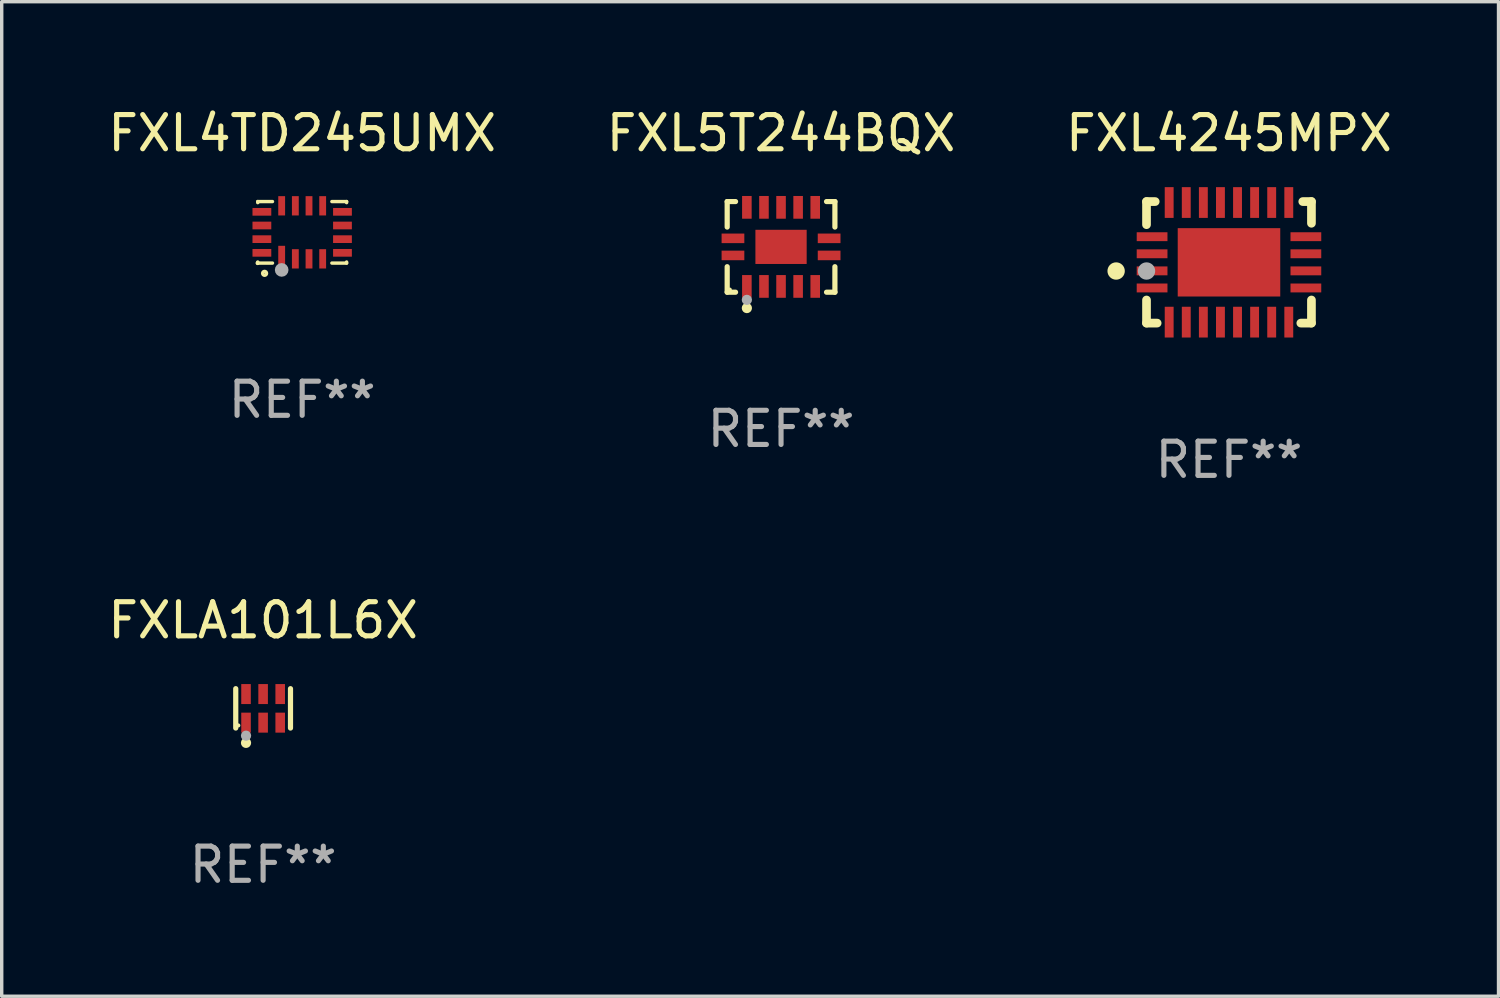
<source format=kicad_pcb>
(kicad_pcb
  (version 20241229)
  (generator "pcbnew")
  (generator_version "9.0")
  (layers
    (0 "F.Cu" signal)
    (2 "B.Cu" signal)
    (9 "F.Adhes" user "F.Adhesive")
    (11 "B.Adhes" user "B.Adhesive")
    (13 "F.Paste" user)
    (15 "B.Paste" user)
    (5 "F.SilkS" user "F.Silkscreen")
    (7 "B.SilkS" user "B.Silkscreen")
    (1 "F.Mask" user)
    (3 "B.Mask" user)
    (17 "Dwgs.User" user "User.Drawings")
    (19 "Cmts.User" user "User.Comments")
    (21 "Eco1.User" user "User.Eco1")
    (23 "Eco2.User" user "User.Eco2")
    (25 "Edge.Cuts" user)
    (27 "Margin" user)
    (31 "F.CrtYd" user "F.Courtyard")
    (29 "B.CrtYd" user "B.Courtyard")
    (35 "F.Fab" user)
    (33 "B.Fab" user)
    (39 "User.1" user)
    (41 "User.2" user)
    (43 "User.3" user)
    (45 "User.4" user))
  (footprint "FXL5T244BQX"
    (layer "F.Cu")
    (at 19.804 4.174)
    (property "Reference" "FXL5T244BQX" (at 0 -3.326 0) (layer "F.SilkS") (effects (font (size 1 1) (thickness 0.15))))
    (attr through_hole)
    (fp_line (start -1.576 -1.326) (end -1.331 -1.326) (stroke (width 0.152) (type solid)) (layer "F.SilkS"))
    (fp_line (start -1.576 -0.58) (end -1.576 -1.326) (stroke (width 0.152) (type solid)) (layer "F.SilkS"))
    (fp_line (start -1.576 0.58) (end -1.576 1.326) (stroke (width 0.152) (type solid)) (layer "F.SilkS"))
    (fp_line (start -1.576 1.326) (end -1.331 1.326) (stroke (width 0.152) (type solid)) (layer "F.SilkS"))
    (fp_line (start 1.576 -1.326) (end 1.331 -1.326) (stroke (width 0.152) (type solid)) (layer "F.SilkS"))
    (fp_line (start 1.576 -0.58) (end 1.576 -1.326) (stroke (width 0.152) (type solid)) (layer "F.SilkS"))
    (fp_line (start 1.576 0.58) (end 1.576 1.326) (stroke (width 0.152) (type solid)) (layer "F.SilkS"))
    (fp_line (start 1.576 1.326) (end 1.331 1.326) (stroke (width 0.152) (type solid)) (layer "F.SilkS"))
    (fp_circle (center -1.5 1.25) (end -1.47 1.25) (stroke (width 0.06) (type solid)) (fill no) (layer "F.SilkS"))
    (fp_circle (center -1 1.79) (end -0.925 1.79) (stroke (width 0.15) (type solid)) (fill no) (layer "F.SilkS"))
    (fp_circle (center -1 1.55) (end -0.925 1.55) (stroke (width 0.15) (type solid)) (fill no) (layer "F.Fab"))
    (fp_text user "REF**" (at 0 5.326 0) (layer "F.Fab") (effects (font (size 1 1) (thickness 0.15))))
    (pad "1" smd rect (at -1.407 0.25) (size 0.665 0.28) (layers "F.Cu" "F.Mask" "F.Paste"))
    (pad "2" smd rect (at -1 1.157) (size 0.28 0.665) (layers "F.Cu" "F.Mask" "F.Paste"))
    (pad "3" smd rect (at -0.5 1.157) (size 0.28 0.665) (layers "F.Cu" "F.Mask" "F.Paste"))
    (pad "4" smd rect (at 0 1.157) (size 0.28 0.665) (layers "F.Cu" "F.Mask" "F.Paste"))
    (pad "5" smd rect (at 0.5 1.157) (size 0.28 0.665) (layers "F.Cu" "F.Mask" "F.Paste"))
    (pad "6" smd rect (at 1 1.157) (size 0.28 0.665) (layers "F.Cu" "F.Mask" "F.Paste"))
    (pad "7" smd rect (at 1.407 0.25) (size 0.665 0.28) (layers "F.Cu" "F.Mask" "F.Paste"))
    (pad "8" smd rect (at 1.407 -0.25) (size 0.665 0.28) (layers "F.Cu" "F.Mask" "F.Paste"))
    (pad "9" smd rect (at 1 -1.157) (size 0.28 0.665) (layers "F.Cu" "F.Mask" "F.Paste"))
    (pad "10" smd rect (at 0.5 -1.157) (size 0.28 0.665) (layers "F.Cu" "F.Mask" "F.Paste"))
    (pad "11" smd rect (at 0 -1.157) (size 0.28 0.665) (layers "F.Cu" "F.Mask" "F.Paste"))
    (pad "12" smd rect (at -0.5 -1.157) (size 0.28 0.665) (layers "F.Cu" "F.Mask" "F.Paste"))
    (pad "13" smd rect (at -1 -1.157) (size 0.28 0.665) (layers "F.Cu" "F.Mask" "F.Paste"))
    (pad "14" smd rect (at -1.407 -0.25) (size 0.665 0.28) (layers "F.Cu" "F.Mask" "F.Paste"))
    (pad "15" smd rect (at 0 0) (size 1.5 1) (layers "F.Cu" "F.Mask" "F.Paste")))
  (footprint "FXL4TD245UMX"
    (layer "F.Cu")
    (at 5.792 3.748)
    (property "Reference" "FXL4TD245UMX" (at 0 -2.9 0) (layer "F.SilkS") (effects (font (size 1 1) (thickness 0.15))))
    (attr through_hole)
    (fp_line (start -1.3 -0.9) (end -0.869 -0.9) (stroke (width 0.1) (type solid)) (layer "F.SilkS"))
    (fp_line (start -1.3 -0.869) (end -1.3 -0.9) (stroke (width 0.1) (type solid)) (layer "F.SilkS"))
    (fp_line (start -1.3 0.9) (end -1.3 0.869) (stroke (width 0.1) (type solid)) (layer "F.SilkS"))
    (fp_line (start -1.3 0.9) (end -0.869 0.9) (stroke (width 0.1) (type solid)) (layer "F.SilkS"))
    (fp_line (start 0.869 -0.9) (end 1.3 -0.9) (stroke (width 0.1) (type solid)) (layer "F.SilkS"))
    (fp_line (start 0.869 0.9) (end 1.3 0.9) (stroke (width 0.1) (type solid)) (layer "F.SilkS"))
    (fp_line (start 1.3 -0.9) (end 1.3 -0.869) (stroke (width 0.1) (type solid)) (layer "F.SilkS"))
    (fp_line (start 1.3 0.869) (end 1.3 0.9) (stroke (width 0.1) (type solid)) (layer "F.SilkS"))
    (fp_circle (center -1.305 0.9) (end -1.275 0.9) (stroke (width 0.06) (type solid)) (fill no) (layer "F.SilkS"))
    (fp_circle (center -1.1 1.2) (end -1.043 1.2) (stroke (width 0.1) (type solid)) (fill no) (layer "F.SilkS"))
    (fp_circle (center -0.6 1.1) (end -0.5 1.1) (stroke (width 0.2) (type solid)) (fill no) (layer "F.Fab"))
    (fp_text user "REF**" (at 0 4.9 0) (layer "F.Fab") (effects (font (size 1 1) (thickness 0.15))))
    (pad "1" smd rect (at -0.6 0.726 90) (size 0.663 0.2) (layers "F.Cu" "F.Mask" "F.Paste"))
    (pad "2" smd rect (at -0.2 0.776) (size 0.2 0.565) (layers "F.Cu" "F.Mask" "F.Paste"))
    (pad "3" smd rect (at 0.2 0.776) (size 0.2 0.565) (layers "F.Cu" "F.Mask" "F.Paste"))
    (pad "4" smd rect (at 0.6 0.776) (size 0.2 0.565) (layers "F.Cu" "F.Mask" "F.Paste"))
    (pad "5" smd rect (at 1.179 0.6) (size 0.55 0.225) (layers "F.Cu" "F.Mask" "F.Paste"))
    (pad "6" smd rect (at 1.179 0.2) (size 0.55 0.225) (layers "F.Cu" "F.Mask" "F.Paste"))
    (pad "7" smd rect (at 1.179 -0.2) (size 0.55 0.225) (layers "F.Cu" "F.Mask" "F.Paste"))
    (pad "8" smd rect (at 1.179 -0.6) (size 0.55 0.225) (layers "F.Cu" "F.Mask" "F.Paste"))
    (pad "9" smd rect (at 0.6 -0.776) (size 0.2 0.565) (layers "F.Cu" "F.Mask" "F.Paste"))
    (pad "10" smd rect (at 0.2 -0.776) (size 0.2 0.565) (layers "F.Cu" "F.Mask" "F.Paste"))
    (pad "11" smd rect (at -0.2 -0.776) (size 0.2 0.565) (layers "F.Cu" "F.Mask" "F.Paste"))
    (pad "12" smd rect (at -0.6 -0.776) (size 0.2 0.565) (layers "F.Cu" "F.Mask" "F.Paste"))
    (pad "13" smd rect (at -1.179 -0.6) (size 0.55 0.225) (layers "F.Cu" "F.Mask" "F.Paste"))
    (pad "14" smd rect (at -1.179 -0.2) (size 0.55 0.225) (layers "F.Cu" "F.Mask" "F.Paste"))
    (pad "15" smd rect (at -1.179 0.2) (size 0.55 0.225) (layers "F.Cu" "F.Mask" "F.Paste"))
    (pad "16" smd rect (at -1.179 0.6) (size 0.55 0.225) (layers "F.Cu" "F.Mask" "F.Paste")))
  (footprint "FXL4245MPX"
    (layer "F.Cu")
    (at 32.911 4.626)
    (property "Reference" "FXL4245MPX" (at 0 -3.778 0) (layer "F.SilkS") (effects (font (size 1 1) (thickness 0.15))))
    (attr through_hole)
    (fp_line (start -2.413 -1.778) (end -2.413 -1.102) (stroke (width 0.254) (type solid)) (layer "F.SilkS"))
    (fp_line (start -2.413 1.102) (end -2.413 1.778) (stroke (width 0.254) (type solid)) (layer "F.SilkS"))
    (fp_line (start -2.413 1.778) (end -2.102 1.778) (stroke (width 0.254) (type solid)) (layer "F.SilkS"))
    (fp_line (start -2.159 -1.778) (end -2.413 -1.778) (stroke (width 0.254) (type solid)) (layer "F.SilkS"))
    (fp_line (start 2.102 1.778) (end 2.413 1.778) (stroke (width 0.254) (type solid)) (layer "F.SilkS"))
    (fp_line (start 2.159 -1.778) (end 2.413 -1.778) (stroke (width 0.254) (type solid)) (layer "F.SilkS"))
    (fp_line (start 2.413 -1.778) (end 2.413 -1.143) (stroke (width 0.254) (type solid)) (layer "F.SilkS"))
    (fp_line (start 2.413 1.778) (end 2.413 1.102) (stroke (width 0.254) (type solid)) (layer "F.SilkS"))
    (fp_circle (center -3.302 0.254) (end -3.175 0.254) (stroke (width 0.254) (type solid)) (fill no) (layer "F.SilkS"))
    (fp_circle (center -2.25 1.75) (end -2.22 1.75) (stroke (width 0.06) (type solid)) (fill no) (layer "F.SilkS"))
    (fp_circle (center -2.413 0.254) (end -2.286 0.254) (stroke (width 0.254) (type solid)) (fill no) (layer "F.Fab"))
    (fp_text user "REF**" (at 0 5.778 0) (layer "F.Fab") (effects (font (size 1 1) (thickness 0.15))))
    (pad "1" smd rect (at -2.25 0.25) (size 0.9 0.26) (layers "F.Cu" "F.Mask" "F.Paste"))
    (pad "2" smd rect (at -2.25 0.75) (size 0.9 0.26) (layers "F.Cu" "F.Mask" "F.Paste"))
    (pad "3" smd rect (at -1.75 1.75 90) (size 0.9 0.26) (layers "F.Cu" "F.Mask" "F.Paste"))
    (pad "4" smd rect (at -1.25 1.75 90) (size 0.9 0.26) (layers "F.Cu" "F.Mask" "F.Paste"))
    (pad "5" smd rect (at -0.75 1.75 90) (size 0.9 0.26) (layers "F.Cu" "F.Mask" "F.Paste"))
    (pad "6" smd rect (at -0.25 1.75 90) (size 0.9 0.26) (layers "F.Cu" "F.Mask" "F.Paste"))
    (pad "7" smd rect (at 0.25 1.75 90) (size 0.9 0.26) (layers "F.Cu" "F.Mask" "F.Paste"))
    (pad "8" smd rect (at 0.75 1.75 90) (size 0.9 0.26) (layers "F.Cu" "F.Mask" "F.Paste"))
    (pad "9" smd rect (at 1.25 1.75 90) (size 0.9 0.26) (layers "F.Cu" "F.Mask" "F.Paste"))
    (pad "10" smd rect (at 1.75 1.75 90) (size 0.9 0.26) (layers "F.Cu" "F.Mask" "F.Paste"))
    (pad "11" smd rect (at 2.25 0.75 180) (size 0.9 0.26) (layers "F.Cu" "F.Mask" "F.Paste"))
    (pad "12" smd rect (at 2.25 0.25 180) (size 0.9 0.26) (layers "F.Cu" "F.Mask" "F.Paste"))
    (pad "13" smd rect (at 2.25 -0.25 180) (size 0.9 0.26) (layers "F.Cu" "F.Mask" "F.Paste"))
    (pad "14" smd rect (at 2.25 -0.75 180) (size 0.9 0.26) (layers "F.Cu" "F.Mask" "F.Paste"))
    (pad "15" smd rect (at 1.75 -1.75 270) (size 0.9 0.26) (layers "F.Cu" "F.Mask" "F.Paste"))
    (pad "16" smd rect (at 1.25 -1.75 270) (size 0.9 0.26) (layers "F.Cu" "F.Mask" "F.Paste"))
    (pad "17" smd rect (at 0.75 -1.75 270) (size 0.9 0.26) (layers "F.Cu" "F.Mask" "F.Paste"))
    (pad "18" smd rect (at 0.25 -1.75 270) (size 0.9 0.26) (layers "F.Cu" "F.Mask" "F.Paste"))
    (pad "19" smd rect (at -0.25 -1.75 270) (size 0.9 0.26) (layers "F.Cu" "F.Mask" "F.Paste"))
    (pad "20" smd rect (at -0.75 -1.75 270) (size 0.9 0.26) (layers "F.Cu" "F.Mask" "F.Paste"))
    (pad "21" smd rect (at -1.25 -1.75 270) (size 0.9 0.26) (layers "F.Cu" "F.Mask" "F.Paste"))
    (pad "22" smd rect (at -1.75 -1.75 270) (size 0.9 0.26) (layers "F.Cu" "F.Mask" "F.Paste"))
    (pad "23" smd rect (at -2.25 -0.75) (size 0.9 0.26) (layers "F.Cu" "F.Mask" "F.Paste"))
    (pad "24" smd rect (at -2.25 -0.25) (size 0.9 0.26) (layers "F.Cu" "F.Mask" "F.Paste"))
    (pad "25" smd rect (at 0.000051 0.000051) (size 3 2) (layers "F.Cu" "F.Mask" "F.Paste")))
  (footprint "FXLA101L6X"
    (layer "F.Cu")
    (at 4.649 17.677)
    (property "Reference" "FXLA101L6X" (at 0 -2.576 0) (layer "F.SilkS") (effects (font (size 1 1) (thickness 0.15))))
    (attr through_hole)
    (fp_line (start -0.801 0.576) (end -0.801 -0.576) (stroke (width 0.152) (type solid)) (layer "F.SilkS"))
    (fp_line (start 0.801 0.576) (end 0.801 -0.576) (stroke (width 0.152) (type solid)) (layer "F.SilkS"))
    (fp_circle (center -0.725 0.5) (end -0.695 0.5) (stroke (width 0.06) (type solid)) (fill no) (layer "F.SilkS"))
    (fp_circle (center -0.5 1.01) (end -0.425 1.01) (stroke (width 0.15) (type solid)) (fill no) (layer "F.SilkS"))
    (fp_circle (center -0.5 0.8) (end -0.425 0.8) (stroke (width 0.15) (type solid)) (fill no) (layer "F.Fab"))
    (fp_text user "REF**" (at 0 4.576 0) (layer "F.Fab") (effects (font (size 1 1) (thickness 0.15))))
    (pad "1" smd rect (at -0.5 0.418) (size 0.28 0.585) (layers "F.Cu" "F.Mask" "F.Paste"))
    (pad "2" smd rect (at 0 0.418) (size 0.28 0.585) (layers "F.Cu" "F.Mask" "F.Paste"))
    (pad "3" smd rect (at 0.5 0.418) (size 0.28 0.585) (layers "F.Cu" "F.Mask" "F.Paste"))
    (pad "4" smd rect (at 0.5 -0.418) (size 0.28 0.585) (layers "F.Cu" "F.Mask" "F.Paste"))
    (pad "5" smd rect (at 0 -0.418) (size 0.28 0.585) (layers "F.Cu" "F.Mask" "F.Paste"))
    (pad "6" smd rect (at -0.5 -0.418) (size 0.28 0.585) (layers "F.Cu" "F.Mask" "F.Paste")))
  (gr_rect
    (start -3 -3)
    (end 40.798 26.101)
    (stroke (width 0.1) (type default))
    (fill no)
    (layer "Edge.Cuts")))
</source>
